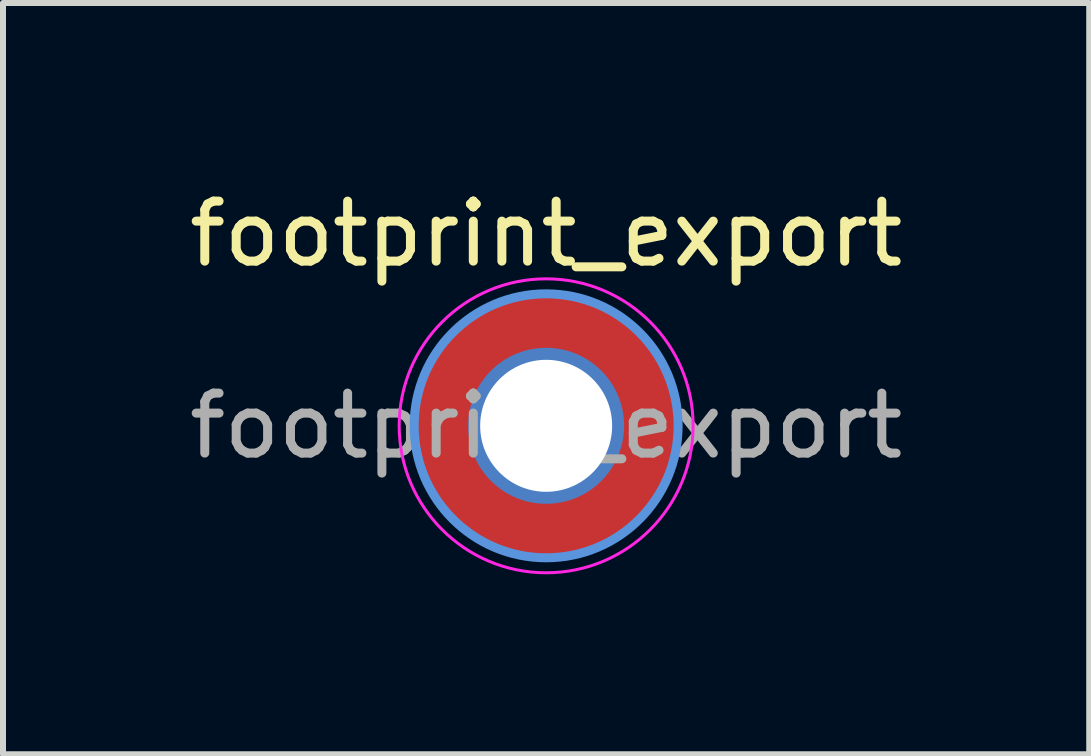
<source format=kicad_pcb>
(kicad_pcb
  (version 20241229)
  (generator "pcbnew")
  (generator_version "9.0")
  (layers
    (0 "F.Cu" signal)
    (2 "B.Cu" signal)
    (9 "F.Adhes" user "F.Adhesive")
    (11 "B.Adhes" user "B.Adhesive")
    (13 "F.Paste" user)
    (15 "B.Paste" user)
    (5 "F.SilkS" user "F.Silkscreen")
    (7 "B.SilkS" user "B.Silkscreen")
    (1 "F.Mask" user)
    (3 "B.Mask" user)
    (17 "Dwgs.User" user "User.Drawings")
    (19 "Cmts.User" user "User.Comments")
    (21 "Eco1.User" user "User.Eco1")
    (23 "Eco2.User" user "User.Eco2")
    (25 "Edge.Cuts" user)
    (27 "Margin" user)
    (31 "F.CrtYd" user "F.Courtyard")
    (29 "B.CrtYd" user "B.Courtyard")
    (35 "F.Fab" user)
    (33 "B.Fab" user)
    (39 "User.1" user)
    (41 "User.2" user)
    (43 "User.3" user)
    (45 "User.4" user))
  (footprint "footprint_export"
    (layer "F.Cu")
    (at 6.054 4.048)
    (property "Reference" "footprint_export" (at 0 -3.2 0) (layer "F.SilkS") (effects (font (size 1 1) (thickness 0.15))))
    (attr exclude_from_pos_files exclude_from_bom)
    (fp_circle (center 0 0) (end 2.2 0) (stroke (width 0.15) (type solid)) (fill no) (layer "Cmts.User"))
    (fp_circle (center 0 0) (end 2.45 0) (stroke (width 0.05) (type solid)) (fill no) (layer "F.CrtYd"))
    (fp_text user "${REFERENCE}" (at 0 0 0) (layer "F.Fab") (effects (font (size 1 1) (thickness 0.15))))
    (pad "1" thru_hole circle (at 0 0) (size 2.6 2.6) (drill 2.2) (layers "*.Cu" "*.Mask"))
    (pad "1" connect circle (at 0 0) (size 4.4 4.4) (layers "F.Cu" "F.Mask")))
  (gr_rect
    (start -3 -3)
    (end 15.107 9.523)
    (stroke (width 0.1) (type default))
    (fill no)
    (layer "Edge.Cuts")))
</source>
